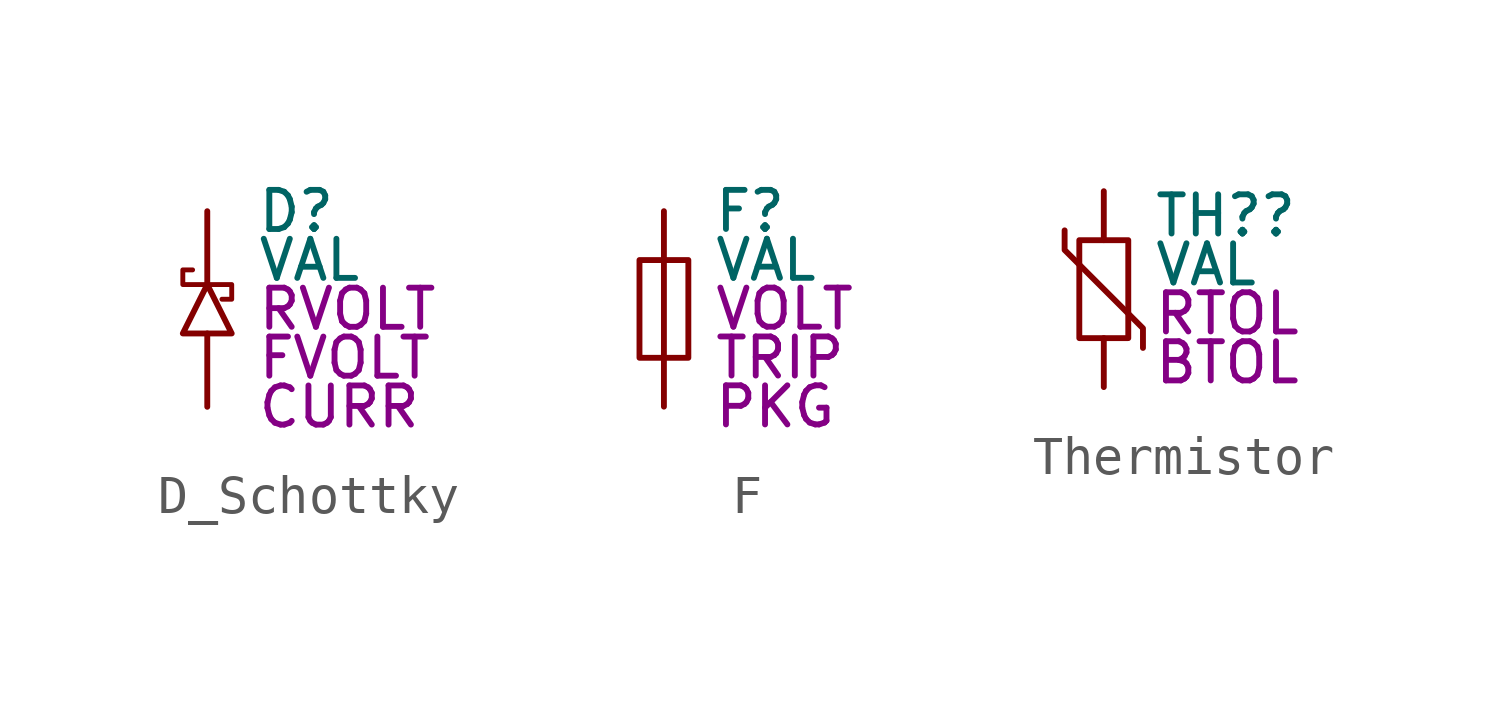
<source format=kicad_sym>
(kicad_symbol_lib
  (version 20231120)
  (generator "kicad_symbol_editor")
  (generator_version "8.0")
  (symbol "D_Schottky"
    (pin_numbers hide)
    (property "Reference" "D"
      (at 1.27 2.54 0)
      (do_not_autoplace)
      (effects (font (size 1.016 1.016)) (justify left)))
    (property "Value" "VAL"
      (at 1.27 1.27 0)
      (do_not_autoplace)
      (effects (font (size 1.016 1.016)) (justify left)))
    (property "Reverse Voltage" "RVOLT"
      (at 1.27 0 0)
      (do_not_autoplace)
      (effects (font (size 1.016 1.016)) (justify left)))
    (property "Forward Voltage" "FVOLT"
      (at 1.27 -1.27 0)
      (do_not_autoplace)
      (effects (font (size 1.016 1.016)) (justify left)))
    (property "Current" "CURR"
      (at 1.27 -2.54 0)
      (do_not_autoplace)
      (effects (font (size 1.016 1.016)) (justify left)))
    (symbol "D_Schottky_1_0"
      (pin passive line (at 0 -2.54 90) (length 1.905) (name "" (effects (font (size 1.27 1.27)))) (number "1" (effects (font (size 1.27 1.27)))))
      (pin passive line (at 0 2.54 270) (length 1.905) (name "" (effects (font (size 1.27 1.27)))) (number "2" (effects (font (size 1.27 1.27))))))
    (symbol "D_Schottky_1_1"
      (polyline (pts (xy -0.635 -0.635) (xy 0.635 -0.635) (xy 0 0.635) (xy -0.635 -0.635)) (stroke (width 0.152) (type default)) (fill (type none)))
      (polyline (pts (xy 0 0.635) (xy -0.635 0.635) (xy -0.635 0.889) (xy -0.635 1.016) (xy -0.381 1.016)) (stroke (width 0.127) (type default)) (fill (type none)))
      (polyline (pts (xy 0 0.635) (xy 0.635 0.635) (xy 0.635 0.381) (xy 0.635 0.254) (xy 0.381 0.254)) (stroke (width 0.127) (type default)) (fill (type none)))))
  (symbol "F"
    (property "Reference" "F"
      (at 1.27 2.54 0)
      (do_not_autoplace)
      (effects (font (size 1.016 1.016)) (justify left)))
    (property "Value" "VAL"
      (at 1.27 1.27 0)
      (do_not_autoplace)
      (effects (font (size 1.016 1.016)) (justify left)))
    (property "Voltage" "VOLT"
      (at 1.27 0 0)
      (do_not_autoplace)
      (effects (font (size 1.016 1.016)) (justify left)))
    (property "Trip Current" "TRIP"
      (at 1.27 -1.27 0)
      (do_not_autoplace)
      (effects (font (size 1.016 1.016)) (justify left)))
    (property "Package" "PKG"
      (at 1.27 -2.54 0)
      (do_not_autoplace)
      (effects (font (size 1.016 1.016)) (justify left)))
    (symbol "F_0_1"
      (polyline (pts (xy 0 1.27) (xy 0 -1.27)) (stroke (width 0) (type default)) (fill (type none)))
      (polyline (pts (xy -0.635 1.27) (xy -0.635 -1.27) (xy 0.635 -1.27) (xy 0.635 1.27) (xy -0.635 1.27)) (stroke (width 0) (type default)) (fill (type none))))
    (symbol "F_1_1"
      (pin passive line (at 0 2.54 270) (length 1.27) (name "" (effects (font (size 0 0)))) (number "1" (effects (font (size 0 0)))))
      (pin passive line (at 0 -2.54 90) (length 1.27) (name "" (effects (font (size 0 0)))) (number "2" (effects (font (size 0 0)))))))
  (symbol "Thermistor"
    (property "Reference" "TH?"
      (at 1.27 1.905 0)
      (do_not_autoplace)
      (effects (font (size 1.016 1.016)) (justify left)))
    (property "Value" "VAL"
      (at 1.27 0.635 0)
      (do_not_autoplace)
      (effects (font (size 1.016 1.016)) (justify left)))
    (property "Resistance Tolerance" "RTOL"
      (at 1.27 -0.635 0)
      (do_not_autoplace)
      (effects (font (size 1.016 1.016)) (justify left)))
    (property "B Value Tolerance" "BTOL"
      (at 1.27 -1.905 0)
      (do_not_autoplace)
      (effects (font (size 1.016 1.016)) (justify left)))
    (symbol "Thermistor_0_1"
      (polyline (pts (xy 1.016 -1.524) (xy 1.016 -1.016) (xy -1.016 1.016) (xy -1.016 1.524)) (stroke (width 0) (type default)) (fill (type none)))
      (polyline (pts (xy -0.635 1.27) (xy -0.635 -1.27) (xy 0.635 -1.27) (xy 0.635 1.27) (xy -0.635 1.27)) (stroke (width 0) (type default)) (fill (type none))))
    (symbol "Thermistor_1_1"
      (pin passive line (at 0 2.54 270) (length 1.27) (name "" (effects (font (size 0 0)))) (number "1" (effects (font (size 0 0)))))
      (pin passive line (at 0 -2.54 90) (length 1.27) (name "" (effects (font (size 0 0)))) (number "2" (effects (font (size 0 0))))))))
</source>
